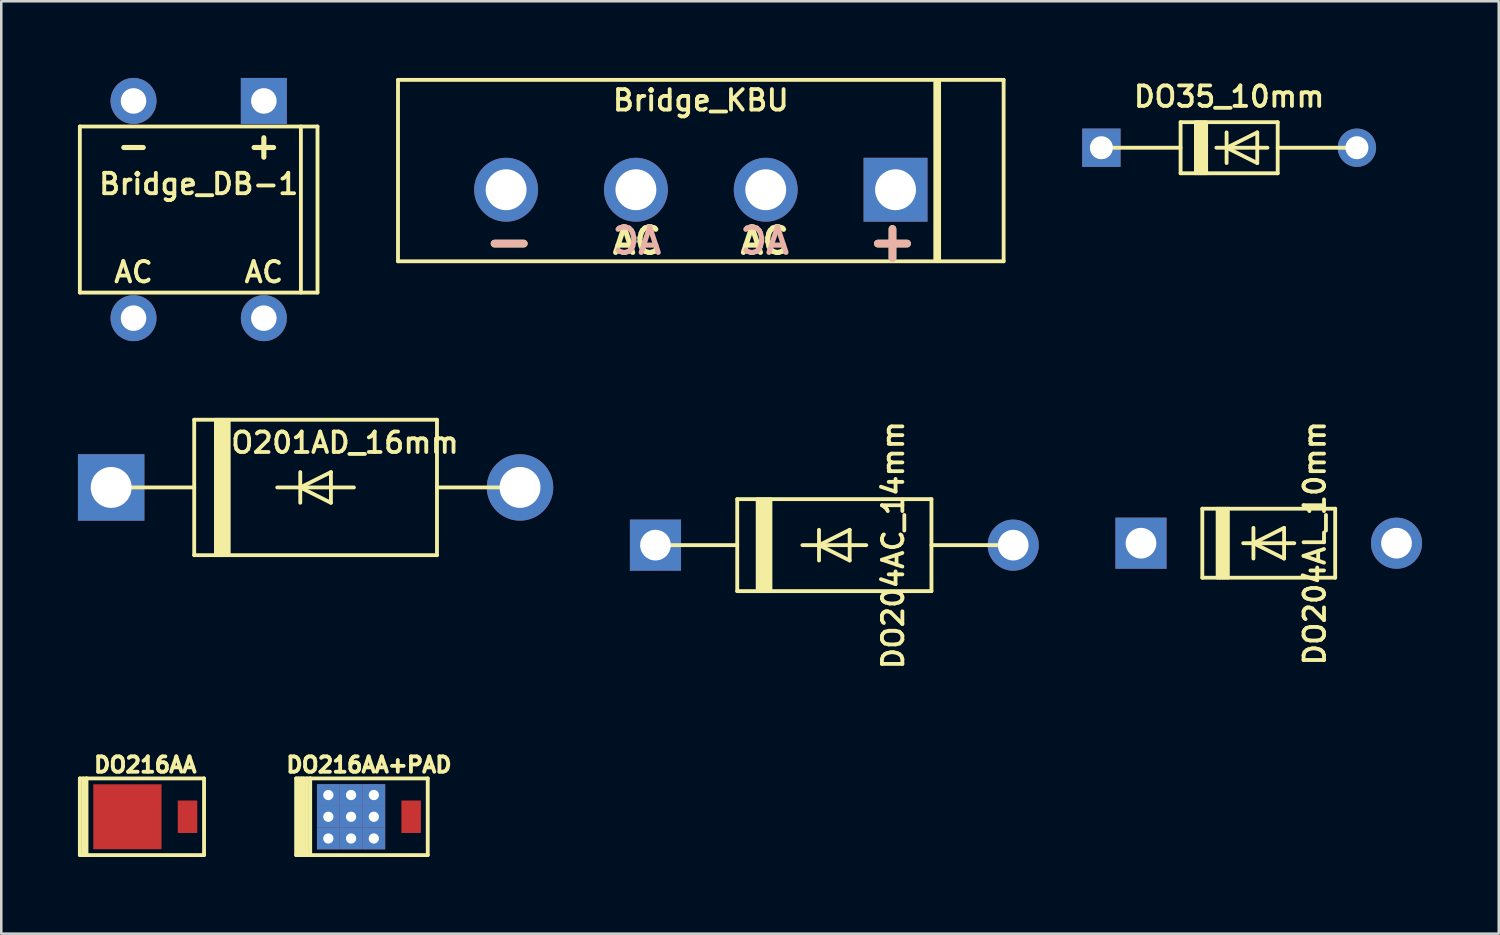
<source format=kicad_pcb>
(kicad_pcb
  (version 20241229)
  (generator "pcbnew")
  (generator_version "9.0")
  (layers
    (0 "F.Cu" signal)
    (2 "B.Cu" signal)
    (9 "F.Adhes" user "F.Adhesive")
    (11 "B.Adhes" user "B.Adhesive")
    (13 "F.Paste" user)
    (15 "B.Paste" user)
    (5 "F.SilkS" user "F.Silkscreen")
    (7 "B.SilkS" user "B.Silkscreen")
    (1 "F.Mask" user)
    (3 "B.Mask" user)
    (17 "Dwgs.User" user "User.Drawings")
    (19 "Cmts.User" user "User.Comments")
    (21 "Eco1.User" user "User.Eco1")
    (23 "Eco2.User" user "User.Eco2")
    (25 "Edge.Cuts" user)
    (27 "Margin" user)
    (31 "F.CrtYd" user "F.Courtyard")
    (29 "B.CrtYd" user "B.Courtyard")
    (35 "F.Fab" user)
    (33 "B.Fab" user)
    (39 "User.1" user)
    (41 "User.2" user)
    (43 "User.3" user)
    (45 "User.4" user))
  (footprint "Bridge_KBU"
    (layer "F.Cu")
    (at 24.375 4.375)
    (property "Reference" "Bridge_KBU" (at 0 -3.5 0) (layer "F.SilkS") (effects (font (size 0.8 0.8) (thickness 0.15))))
    (attr through_hole)
    (fp_line (start -11.85 -4.3) (end 11.85 -4.3) (stroke (width 0.15) (type default)) (layer "F.SilkS"))
    (fp_line (start -11.85 2.8) (end -11.85 -4.3) (stroke (width 0.15) (type default)) (layer "F.SilkS"))
    (fp_line (start 9.25 2.72) (end 9.25 -4.22) (stroke (width 0.3) (type default)) (layer "F.SilkS"))
    (fp_line (start 11.85 -4.3) (end 11.85 2.8) (stroke (width 0.15) (type default)) (layer "F.SilkS"))
    (fp_line (start 11.85 2.8) (end -11.85 2.8) (stroke (width 0.15) (type default)) (layer "F.SilkS"))
    (fp_text user "AC" (at -2.5 2 0) (layer "F.SilkS") (effects (font (size 1 1) (thickness 0.2) (bold yes))))
    (fp_text user "+" (at 7.5 2 0) (layer "F.SilkS") (effects (font (size 1.5 1.5) (thickness 0.3) (bold yes))))
    (fp_text user "AC" (at 2.5 2 0) (layer "F.SilkS") (effects (font (size 1 1) (thickness 0.2) (bold yes))))
    (fp_text user "-" (at -7.5 2 0) (layer "F.SilkS") (effects (font (size 1.5 1.5) (thickness 0.3) (bold yes))))
    (fp_text user "AC" (at 2.5 2 0) (layer "B.SilkS") (effects (font (size 1 1) (thickness 0.2) (bold yes)) (justify mirror)))
    (fp_text user "-" (at -7.5 2 0) (layer "B.SilkS") (effects (font (size 1.5 1.5) (thickness 0.3) (bold yes)) (justify mirror)))
    (fp_text user "AC" (at -2.5 2 0) (layer "B.SilkS") (effects (font (size 1 1) (thickness 0.2) (bold yes)) (justify mirror)))
    (fp_text user "+" (at 7.5 2 0) (layer "B.SilkS") (effects (font (size 1.5 1.5) (thickness 0.3) (bold yes)) (justify mirror)))
    (pad "+" thru_hole rect (at 7.62 0) (size 2.5 2.5) (drill 1.6) (layers "*.Cu" "*.Mask"))
    (pad "-" thru_hole circle (at -7.62 0) (size 2.5 2.5) (drill 1.6) (layers "*.Cu" "*.Mask"))
    (pad "AC1" thru_hole circle (at -2.54 0) (size 2.5 2.5) (drill 1.6) (layers "*.Cu" "*.Mask"))
    (pad "AC2" thru_hole circle (at 2.54 0) (size 2.5 2.5) (drill 1.6) (layers "*.Cu" "*.Mask")))
  (footprint "DO204AC_14mm"
    (layer "F.Cu")
    (at 29.6 18.283)
    (property "Reference" "DO204AC_14mm" (at 2.3 0 90) (layer "F.SilkS") (effects (font (size 0.8 0.8) (thickness 0.15))))
    (attr through_hole)
    (fp_line (start -7 0) (end -3.8 0) (stroke (width 0.15) (type solid)) (layer "F.SilkS"))
    (fp_line (start -3.8 -1.8) (end -3.8 1.8) (stroke (width 0.15) (type solid)) (layer "F.SilkS"))
    (fp_line (start -3 -1.8) (end -3 1.8) (stroke (width 0.15) (type solid)) (layer "F.SilkS"))
    (fp_line (start -2.9 -1.8) (end -2.9 1.8) (stroke (width 0.15) (type solid)) (layer "F.SilkS"))
    (fp_line (start -2.8 -1.8) (end -2.8 1.8) (stroke (width 0.15) (type solid)) (layer "F.SilkS"))
    (fp_line (start -2.7 1.8) (end -2.7 -1.8) (stroke (width 0.15) (type solid)) (layer "F.SilkS"))
    (fp_line (start -2.6 1.8) (end -2.6 -1.8) (stroke (width 0.15) (type solid)) (layer "F.SilkS"))
    (fp_line (start -2.5 1.8) (end -2.5 -1.8) (stroke (width 0.15) (type solid)) (layer "F.SilkS"))
    (fp_line (start -0.6 0.6) (end -0.6 -0.6) (stroke (width 0.15) (type solid)) (layer "F.SilkS"))
    (fp_line (start 0.6 -0.6) (end -0.6 0) (stroke (width 0.15) (type solid)) (layer "F.SilkS"))
    (fp_line (start 0.6 0.6) (end -0.6 0) (stroke (width 0.15) (type solid)) (layer "F.SilkS"))
    (fp_line (start 0.6 0.6) (end 0.6 -0.6) (stroke (width 0.15) (type solid)) (layer "F.SilkS"))
    (fp_line (start 1.25 0) (end -1.25 0) (stroke (width 0.15) (type solid)) (layer "F.SilkS"))
    (fp_line (start 3.8 -1.8) (end -3.8 -1.8) (stroke (width 0.15) (type solid)) (layer "F.SilkS"))
    (fp_line (start 3.8 -1.8) (end 3.8 1.8) (stroke (width 0.15) (type solid)) (layer "F.SilkS"))
    (fp_line (start 3.8 1.8) (end -3.8 1.8) (stroke (width 0.15) (type solid)) (layer "F.SilkS"))
    (fp_line (start 7 0) (end 3.8 0) (stroke (width 0.15) (type solid)) (layer "F.SilkS"))
    (pad "A" thru_hole circle (at 7 0) (size 2 2) (drill 1.2) (layers "*.Cu" "*.Mask"))
    (pad "C" thru_hole rect (at -7 0) (size 2 2) (drill 1.2) (layers "*.Cu" "*.Mask")))
  (footprint "DO35_10mm"
    (layer "F.Cu")
    (at 45.05 2.731)
    (property "Reference" "DO35_10mm" (at 0 -2 180) (layer "F.SilkS") (effects (font (size 0.8 0.8) (thickness 0.15))))
    (attr through_hole)
    (fp_line (start -5 0) (end -1.9 0) (stroke (width 0.15) (type solid)) (layer "F.SilkS"))
    (fp_line (start -1.9 -1) (end -1.9 1) (stroke (width 0.15) (type solid)) (layer "F.SilkS"))
    (fp_line (start -1.3 -1) (end -1.3 1) (stroke (width 0.15) (type solid)) (layer "F.SilkS"))
    (fp_line (start -1.2 -1) (end -1.2 1) (stroke (width 0.15) (type solid)) (layer "F.SilkS"))
    (fp_line (start -1.1 -1) (end -1.1 1) (stroke (width 0.15) (type solid)) (layer "F.SilkS"))
    (fp_line (start -1 -1) (end -1 1) (stroke (width 0.15) (type solid)) (layer "F.SilkS"))
    (fp_line (start -0.9 -1) (end -0.9 1) (stroke (width 0.15) (type solid)) (layer "F.SilkS"))
    (fp_line (start -0.5 0) (end 1.5 0) (stroke (width 0.15) (type solid)) (layer "F.SilkS"))
    (fp_line (start -0.1 0.6) (end -0.1 -0.6) (stroke (width 0.15) (type solid)) (layer "F.SilkS"))
    (fp_line (start 1.1 -0.6) (end -0.1 0) (stroke (width 0.15) (type solid)) (layer "F.SilkS"))
    (fp_line (start 1.1 0.6) (end -0.1 0) (stroke (width 0.15) (type solid)) (layer "F.SilkS"))
    (fp_line (start 1.1 0.6) (end 1.1 -0.6) (stroke (width 0.15) (type solid)) (layer "F.SilkS"))
    (fp_line (start 1.9 -1) (end -1.9 -1) (stroke (width 0.15) (type solid)) (layer "F.SilkS"))
    (fp_line (start 1.9 -1) (end 1.9 1) (stroke (width 0.15) (type solid)) (layer "F.SilkS"))
    (fp_line (start 1.9 1) (end -1.9 1) (stroke (width 0.15) (type solid)) (layer "F.SilkS"))
    (fp_line (start 5 0) (end 1.9 0) (stroke (width 0.15) (type solid)) (layer "F.SilkS"))
    (pad "A" thru_hole circle (at 5 0) (size 1.5 1.5) (drill 0.9) (layers "*.Cu" "*.Mask"))
    (pad "C" thru_hole rect (at -5 0) (size 1.5 1.5) (drill 0.9) (layers "*.Cu" "*.Mask")))
  (footprint "DO216AA+PAD"
    (layer "F.Cu")
    (at 11.389 28.912)
    (property "Reference" "DO216AA+PAD" (at 0 -2.032 0) (layer "F.SilkS") (effects (font (size 0.6 0.6) (thickness 0.15))))
    (attr smd)
    (fp_line (start -2.85 -1.5) (end -2.85 1.5) (stroke (width 0.15) (type solid)) (layer "F.SilkS"))
    (fp_line (start -2.85 -1.5) (end -2.3 -1.5) (stroke (width 0.15) (type solid)) (layer "F.SilkS"))
    (fp_line (start -2.85 1.5) (end -2.3 1.5) (stroke (width 0.15) (type solid)) (layer "F.SilkS"))
    (fp_line (start -2.75 1.5) (end -2.75 -1.5) (stroke (width 0.15) (type solid)) (layer "F.SilkS"))
    (fp_line (start -2.65 -1.5) (end -2.65 1.5) (stroke (width 0.15) (type solid)) (layer "F.SilkS"))
    (fp_line (start -2.56 -1.5) (end -2.56 1.5) (stroke (width 0.15) (type solid)) (layer "F.SilkS"))
    (fp_line (start -2.427 -1.5) (end -2.427 1.5) (stroke (width 0.15) (type solid)) (layer "F.SilkS"))
    (fp_line (start -2.3 -1.5) (end -2.3 1.5) (stroke (width 0.15) (type solid)) (layer "F.SilkS"))
    (fp_line (start -2.3 -1.5) (end 2.3 -1.5) (stroke (width 0.15) (type solid)) (layer "F.SilkS"))
    (fp_line (start -2.3 1.5) (end 2.3 1.5) (stroke (width 0.15) (type solid)) (layer "F.SilkS"))
    (fp_line (start 2.3 -1.5) (end 2.3 1.5) (stroke (width 0.15) (type solid)) (layer "F.SilkS"))
    (pad "A" smd rect (at 1.65 0) (size 0.763 1.27) (layers "F.Cu" "F.Mask" "F.Paste"))
    (pad "C" thru_hole rect (at -1.59 -0.85) (size 0.89 0.85) (drill 0.4) (layers "*.Cu" "F.Mask" "F.Paste"))
    (pad "C" thru_hole rect (at -1.59 0) (size 0.89 0.85) (drill 0.4) (layers "*.Cu" "F.Mask" "F.Paste"))
    (pad "C" thru_hole rect (at -1.59 0.85) (size 0.89 0.85) (drill 0.4) (layers "*.Cu" "F.Mask" "F.Paste"))
    (pad "C" thru_hole rect (at -0.7 -0.85) (size 0.89 0.85) (drill 0.4) (layers "*.Cu" "F.Mask" "F.Paste"))
    (pad "C" thru_hole rect (at -0.7 0) (size 0.89 0.85) (drill 0.4) (layers "*.Cu" "F.Mask" "F.Paste"))
    (pad "C" thru_hole rect (at -0.7 0.85) (size 0.89 0.85) (drill 0.4) (layers "*.Cu" "F.Mask" "F.Paste"))
    (pad "C" thru_hole rect (at 0.19 -0.85) (size 0.89 0.85) (drill 0.4) (layers "*.Cu" "F.Mask" "F.Paste"))
    (pad "C" thru_hole rect (at 0.19 0) (size 0.89 0.85) (drill 0.4) (layers "*.Cu" "F.Mask" "F.Paste"))
    (pad "C" thru_hole rect (at 0.19 0.85) (size 0.89 0.85) (drill 0.4) (layers "*.Cu" "F.Mask" "F.Paste")))
  (footprint "Bridge_DB-1"
    (layer "F.Cu")
    (at 4.725 5.15)
    (property "Reference" "Bridge_DB-1" (at 0 -1 0) (layer "F.SilkS") (effects (font (size 0.8 0.8) (thickness 0.15))))
    (attr through_hole)
    (fp_line (start -4.65 -3.25) (end -4.65 3.25) (stroke (width 0.15) (type solid)) (layer "F.SilkS"))
    (fp_line (start 4 -3.25) (end 4 3.25) (stroke (width 0.15) (type solid)) (layer "F.SilkS"))
    (fp_line (start 4.65 -3.25) (end -4.65 -3.25) (stroke (width 0.15) (type solid)) (layer "F.SilkS"))
    (fp_line (start 4.65 -3.25) (end 4.65 3.25) (stroke (width 0.15) (type solid)) (layer "F.SilkS"))
    (fp_line (start 4.65 3.25) (end -4.65 3.25) (stroke (width 0.15) (type solid)) (layer "F.SilkS"))
    (fp_text user "AC" (at 2.55 2.45 0) (layer "F.SilkS") (effects (font (size 0.8 0.8) (thickness 0.15))))
    (fp_text user "-" (at -2.55 -2.5 0) (layer "F.SilkS") (effects (font (size 1 1) (thickness 0.2))))
    (fp_text user "AC" (at -2.55 2.45 0) (layer "F.SilkS") (effects (font (size 0.8 0.8) (thickness 0.15))))
    (fp_text user "+" (at 2.55 -2.5 0) (layer "F.SilkS") (effects (font (size 1 1) (thickness 0.2))))
    (pad "+" thru_hole rect (at 2.55 -4.25) (size 1.8 1.8) (drill 1) (layers "*.Cu" "*.Mask"))
    (pad "-" thru_hole circle (at -2.55 -4.25) (size 1.8 1.8) (drill 1) (layers "*.Cu" "*.Mask"))
    (pad "AC1" thru_hole circle (at -2.55 4.25) (size 1.8 1.8) (drill 1) (layers "*.Cu" "*.Mask"))
    (pad "AC2" thru_hole circle (at 2.55 4.25) (size 1.8 1.8) (drill 1) (layers "*.Cu" "*.Mask")))
  (footprint "DO216AA"
    (layer "F.Cu")
    (at 2.635 28.912)
    (property "Reference" "DO216AA" (at 0 -2.032 0) (layer "F.SilkS") (effects (font (size 0.6 0.6) (thickness 0.15))))
    (attr smd)
    (fp_line (start -2.56 -1.5) (end -2.56 1.5) (stroke (width 0.15) (type solid)) (layer "F.SilkS"))
    (fp_line (start -2.56 -1.5) (end -2.3 -1.5) (stroke (width 0.15) (type solid)) (layer "F.SilkS"))
    (fp_line (start -2.56 1.5) (end -2.3 1.5) (stroke (width 0.15) (type solid)) (layer "F.SilkS"))
    (fp_line (start -2.427 -1.5) (end -2.427 1.5) (stroke (width 0.15) (type solid)) (layer "F.SilkS"))
    (fp_line (start -2.3 -1.5) (end -2.3 1.5) (stroke (width 0.15) (type solid)) (layer "F.SilkS"))
    (fp_line (start -2.3 -1.5) (end 2.3 -1.5) (stroke (width 0.15) (type solid)) (layer "F.SilkS"))
    (fp_line (start -2.3 1.5) (end 2.3 1.5) (stroke (width 0.15) (type solid)) (layer "F.SilkS"))
    (fp_line (start 2.3 -1.5) (end 2.3 1.5) (stroke (width 0.15) (type solid)) (layer "F.SilkS"))
    (pad "A" smd rect (at 1.653 0) (size 0.763 1.27) (layers "F.Cu" "F.Mask" "F.Paste"))
    (pad "C" smd rect (at -0.699 0) (size 2.67 2.54) (layers "F.Cu" "F.Mask" "F.Paste")))
  (footprint "DO201AD_16mm"
    (layer "F.Cu")
    (at 9.3 16.025)
    (property "Reference" "DO201AD_16mm" (at 0.75 -1.75 0) (layer "F.SilkS") (effects (font (size 0.8 0.8) (thickness 0.15))))
    (attr through_hole)
    (fp_line (start -8 0) (end -4.75 0) (stroke (width 0.15) (type solid)) (layer "F.SilkS"))
    (fp_line (start -4.75 -2.65) (end -4.75 2.65) (stroke (width 0.15) (type solid)) (layer "F.SilkS"))
    (fp_line (start -3.9 -2.65) (end -3.9 2.65) (stroke (width 0.15) (type solid)) (layer "F.SilkS"))
    (fp_line (start -3.8 2.65) (end -3.8 -2.65) (stroke (width 0.15) (type solid)) (layer "F.SilkS"))
    (fp_line (start -3.7 -2.65) (end -3.7 2.65) (stroke (width 0.15) (type solid)) (layer "F.SilkS"))
    (fp_line (start -3.6 2.65) (end -3.6 -2.65) (stroke (width 0.15) (type solid)) (layer "F.SilkS"))
    (fp_line (start -3.5 -2.65) (end -3.5 2.65) (stroke (width 0.15) (type solid)) (layer "F.SilkS"))
    (fp_line (start -3.4 2.65) (end -3.4 -2.65) (stroke (width 0.15) (type solid)) (layer "F.SilkS"))
    (fp_line (start -0.6 0.6) (end -0.6 -0.6) (stroke (width 0.15) (type solid)) (layer "F.SilkS"))
    (fp_line (start 0.6 -0.6) (end -0.6 0) (stroke (width 0.15) (type solid)) (layer "F.SilkS"))
    (fp_line (start 0.6 0.6) (end -0.6 0) (stroke (width 0.15) (type solid)) (layer "F.SilkS"))
    (fp_line (start 0.6 0.6) (end 0.6 -0.6) (stroke (width 0.15) (type solid)) (layer "F.SilkS"))
    (fp_line (start 1.5 0) (end -1.5 0) (stroke (width 0.15) (type solid)) (layer "F.SilkS"))
    (fp_line (start 4.75 -2.65) (end -4.75 -2.65) (stroke (width 0.15) (type solid)) (layer "F.SilkS"))
    (fp_line (start 4.75 -2.65) (end 4.75 2.65) (stroke (width 0.15) (type solid)) (layer "F.SilkS"))
    (fp_line (start 4.75 2.65) (end -4.75 2.65) (stroke (width 0.15) (type solid)) (layer "F.SilkS"))
    (fp_line (start 8 0) (end 4.75 0) (stroke (width 0.15) (type solid)) (layer "F.SilkS"))
    (pad "A" thru_hole circle (at 8 0) (size 2.6 2.6) (drill 1.6) (layers "*.Cu" "*.Mask"))
    (pad "C" thru_hole rect (at -8 0) (size 2.6 2.6) (drill 1.6) (layers "*.Cu" "*.Mask")))
  (footprint "DO204AL_10mm"
    (layer "F.Cu")
    (at 46.6 18.207)
    (property "Reference" "DO204AL_10mm" (at 1.8 0 90) (layer "F.SilkS") (effects (font (size 0.8 0.8) (thickness 0.15))))
    (attr through_hole)
    (fp_line (start -2.6 -1.35) (end -2.6 1.35) (stroke (width 0.15) (type solid)) (layer "F.SilkS"))
    (fp_line (start -2 -1.35) (end -2 1.35) (stroke (width 0.15) (type solid)) (layer "F.SilkS"))
    (fp_line (start -1.9 -1.35) (end -1.9 1.35) (stroke (width 0.15) (type solid)) (layer "F.SilkS"))
    (fp_line (start -1.8 1.35) (end -1.8 -1.35) (stroke (width 0.15) (type solid)) (layer "F.SilkS"))
    (fp_line (start -1.7 1.35) (end -1.7 -1.35) (stroke (width 0.15) (type solid)) (layer "F.SilkS"))
    (fp_line (start -1.6 -1.35) (end -1.6 1.35) (stroke (width 0.15) (type solid)) (layer "F.SilkS"))
    (fp_line (start -1 0) (end 1 0) (stroke (width 0.15) (type solid)) (layer "F.SilkS"))
    (fp_line (start -0.6 0.6) (end -0.6 -0.6) (stroke (width 0.15) (type solid)) (layer "F.SilkS"))
    (fp_line (start 0.6 -0.6) (end -0.6 0) (stroke (width 0.15) (type solid)) (layer "F.SilkS"))
    (fp_line (start 0.6 0.6) (end -0.6 0) (stroke (width 0.15) (type solid)) (layer "F.SilkS"))
    (fp_line (start 0.6 0.6) (end 0.6 -0.6) (stroke (width 0.15) (type solid)) (layer "F.SilkS"))
    (fp_line (start 2.6 -1.35) (end -2.6 -1.35) (stroke (width 0.15) (type solid)) (layer "F.SilkS"))
    (fp_line (start 2.6 -1.35) (end 2.6 1.35) (stroke (width 0.15) (type solid)) (layer "F.SilkS"))
    (fp_line (start 2.6 1.35) (end -2.6 1.35) (stroke (width 0.15) (type solid)) (layer "F.SilkS"))
    (pad "A" thru_hole circle (at 5 0) (size 2 2) (drill 1.2) (layers "*.Cu" "*.Mask"))
    (pad "C" thru_hole rect (at -5 0) (size 2 2) (drill 1.2) (layers "*.Cu" "*.Mask")))
  (gr_rect
    (start -3 -3)
    (end 55.6 33.487)
    (stroke (width 0.1) (type default))
    (fill no)
    (layer "Edge.Cuts")))
</source>
